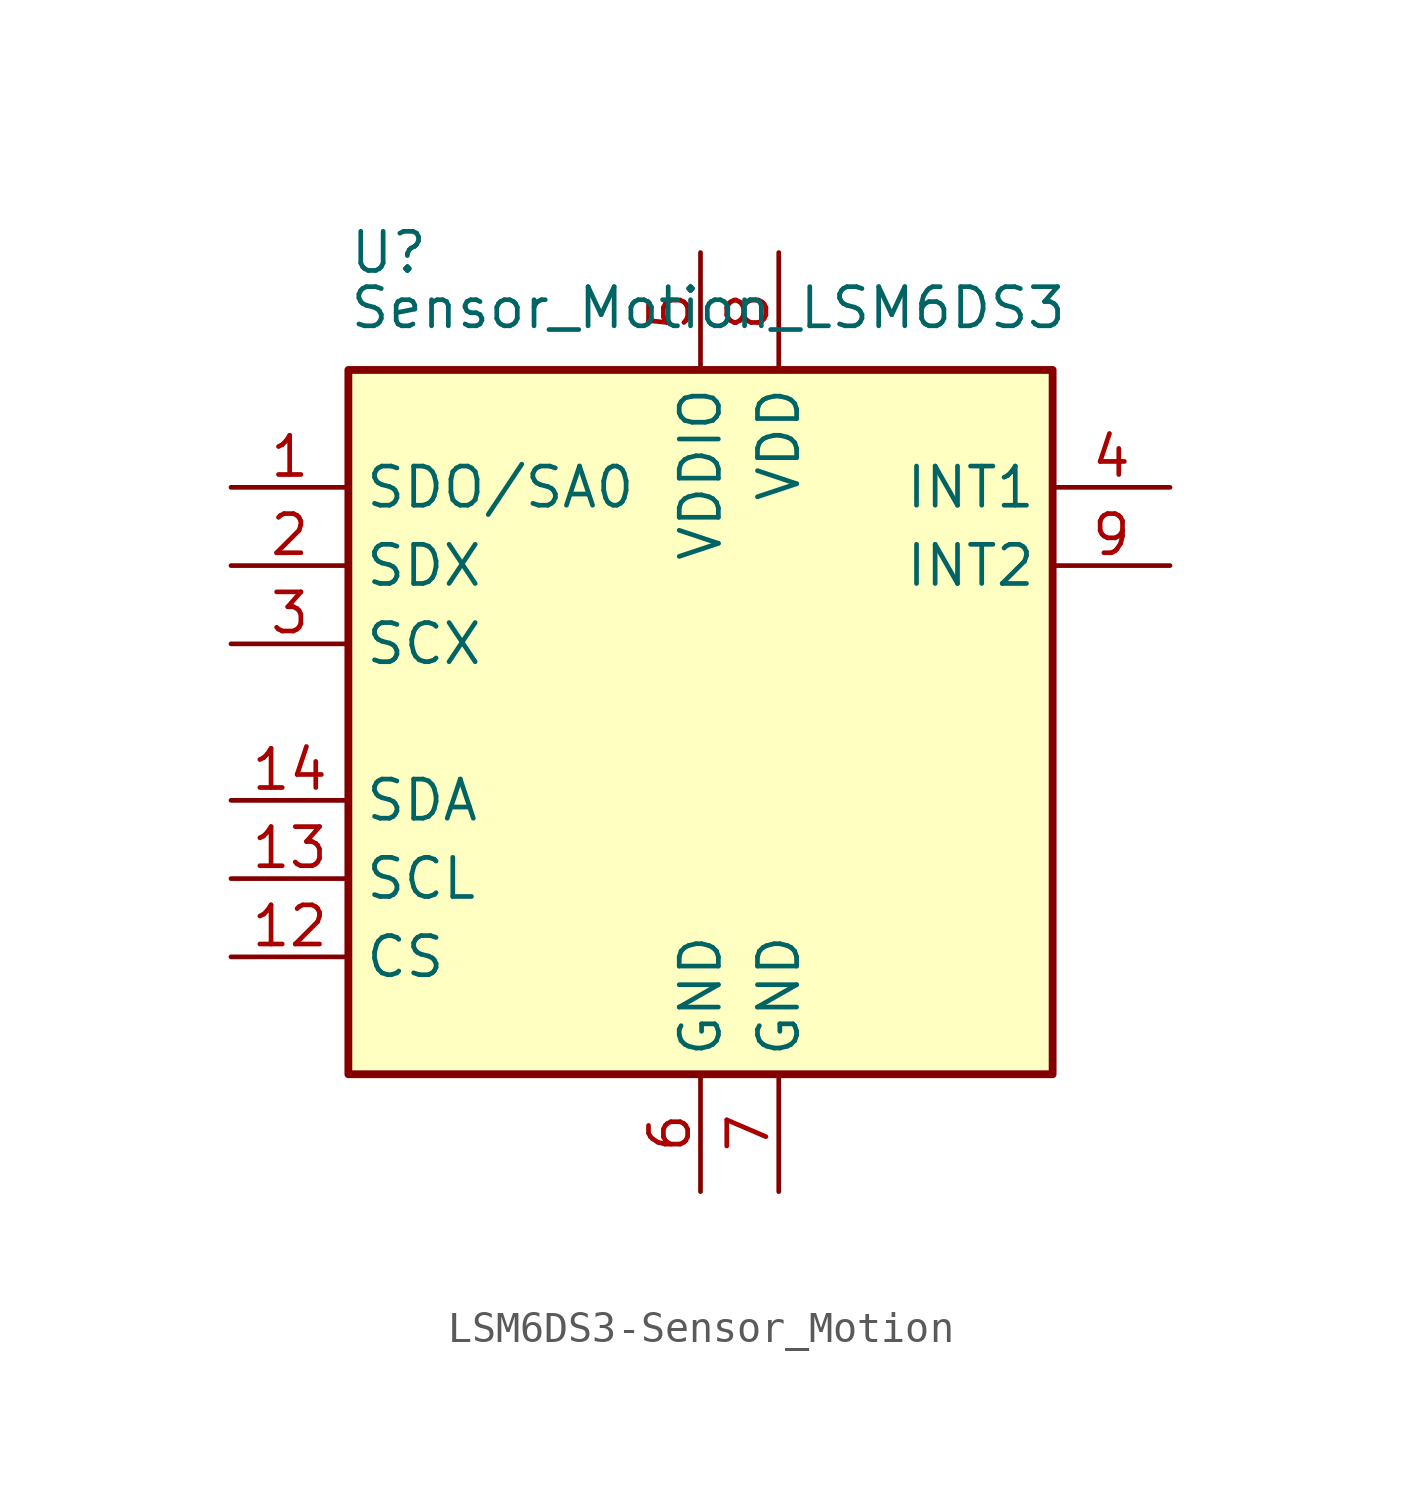
<source format=kicad_sym>
(kicad_symbol_lib
  (version 20231120)
  (generator "kicad_symbol_editor")
  (generator_version "8.0")
  (symbol "LSM6DS3-Sensor_Motion"
    (property "Reference" "U"
      (at -11.43 15.24 0)
      (effects (font (size 1.27 1.27)) (justify left)))
    (property "Value" "Sensor_Motion_LSM6DS3"
      (at -11.43 12.7 0)
      (effects (font (size 1.27 1.27)) (justify left bottom)))
    (symbol "LSM6DS3-Sensor_Motion_0_1"
      (rectangle (start 11.43 11.43) (end -11.43 -11.43) (stroke (width 0.254) (type solid)) (fill (type background))))
    (symbol "LSM6DS3-Sensor_Motion_1_1"
      (pin bidirectional line (at -15.24 7.62 0) (length 3.81) (name "SDO/SA0" (effects (font (size 1.27 1.27)))) (number "1" (effects (font (size 1.27 1.27)))))
      (pin no_connect line (at 10.16 -5.08 180) (length 3.81) hide (name "NC" (effects (font (size 1.27 1.27)))) (number "10" (effects (font (size 1.27 1.27)))))
      (pin no_connect line (at 10.16 -2.54 180) (length 3.81) hide (name "NC" (effects (font (size 1.27 1.27)))) (number "11" (effects (font (size 1.27 1.27)))))
      (pin input line (at -15.24 -7.62 0) (length 3.81) (name "CS" (effects (font (size 1.27 1.27)))) (number "12" (effects (font (size 1.27 1.27)))))
      (pin input line (at -15.24 -5.08 0) (length 3.81) (name "SCL" (effects (font (size 1.27 1.27)))) (number "13" (effects (font (size 1.27 1.27)))))
      (pin bidirectional line (at -15.24 -2.54 0) (length 3.81) (name "SDA" (effects (font (size 1.27 1.27)))) (number "14" (effects (font (size 1.27 1.27)))))
      (pin bidirectional line (at -15.24 5.08 0) (length 3.81) (name "SDX" (effects (font (size 1.27 1.27)))) (number "2" (effects (font (size 1.27 1.27)))))
      (pin input line (at -15.24 2.54 0) (length 3.81) (name "SCX" (effects (font (size 1.27 1.27)))) (number "3" (effects (font (size 1.27 1.27)))))
      (pin output line (at 15.24 7.62 180) (length 3.81) (name "INT1" (effects (font (size 1.27 1.27)))) (number "4" (effects (font (size 1.27 1.27)))))
      (pin power_in line (at 0 15.24 270) (length 3.81) (name "VDDIO" (effects (font (size 1.27 1.27)))) (number "5" (effects (font (size 1.27 1.27)))))
      (pin power_in line (at 0 -15.24 90) (length 3.81) (name "GND" (effects (font (size 1.27 1.27)))) (number "6" (effects (font (size 1.27 1.27)))))
      (pin power_in line (at 2.54 -15.24 90) (length 3.81) (name "GND" (effects (font (size 1.27 1.27)))) (number "7" (effects (font (size 1.27 1.27)))))
      (pin power_in line (at 2.54 15.24 270) (length 3.81) (name "VDD" (effects (font (size 1.27 1.27)))) (number "8" (effects (font (size 1.27 1.27)))))
      (pin output line (at 15.24 5.08 180) (length 3.81) (name "INT2" (effects (font (size 1.27 1.27)))) (number "9" (effects (font (size 1.27 1.27))))))))
</source>
